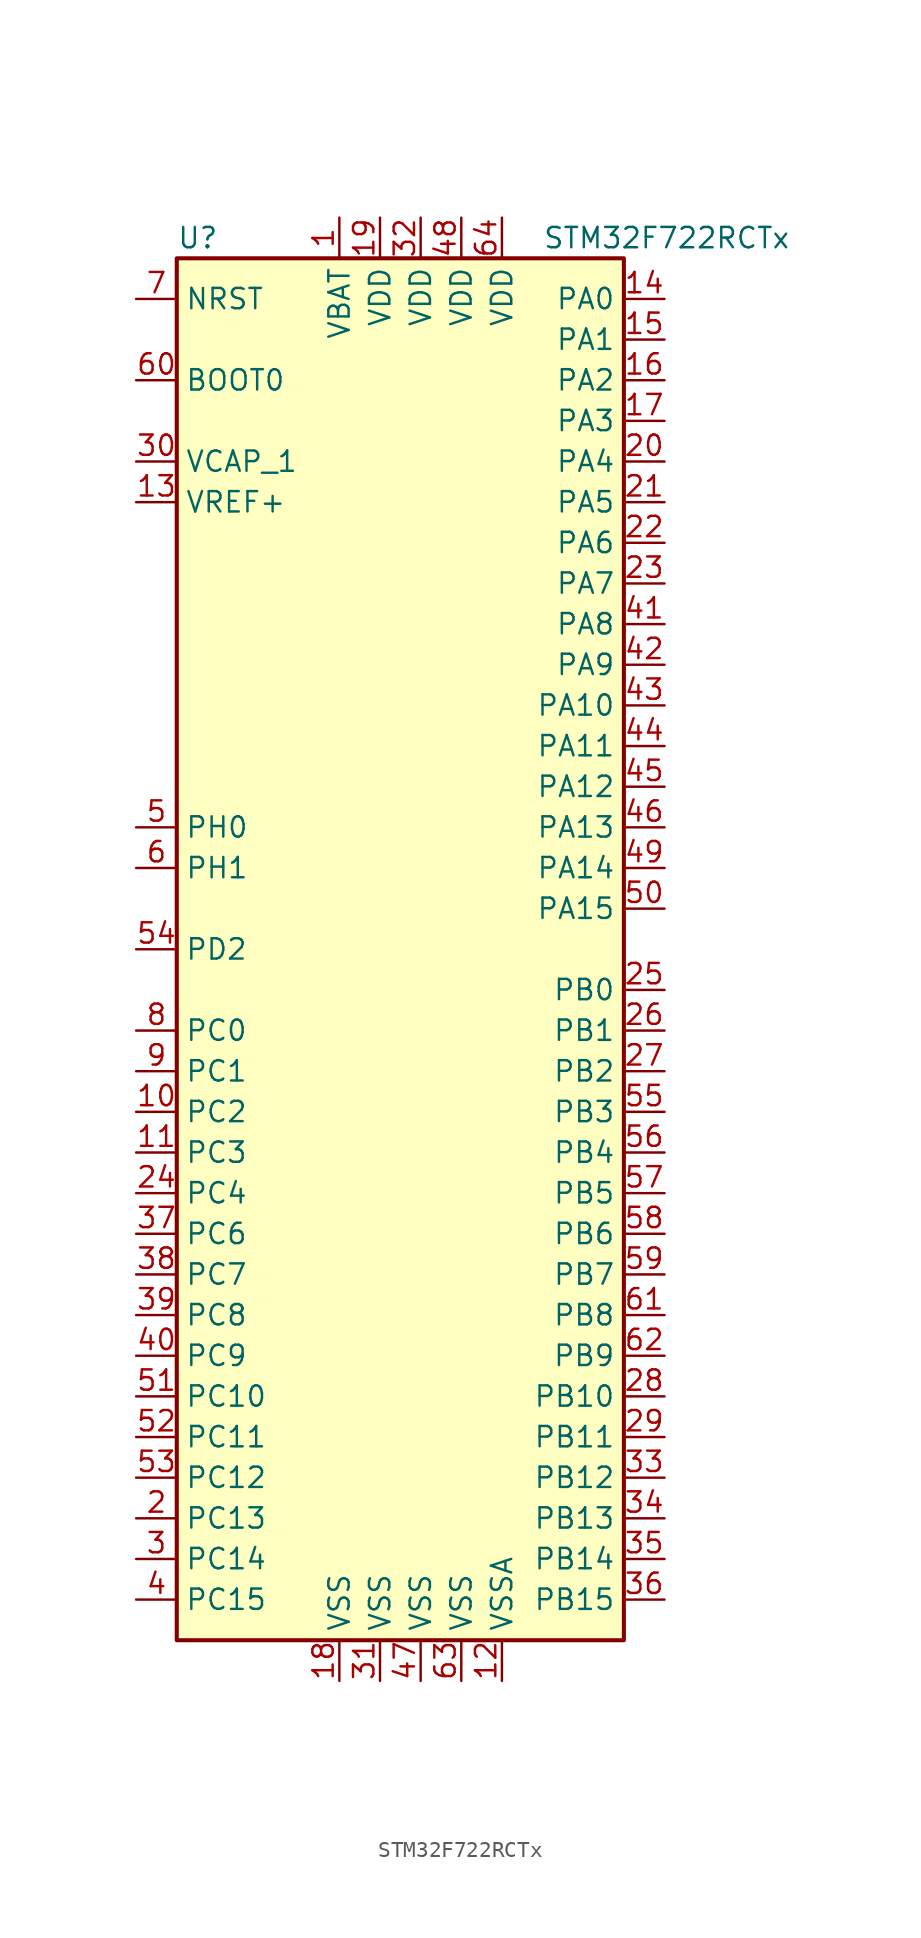
<source format=kicad_sym>
(kicad_symbol_lib
  (version 20201005)
  (generator kicad_symbol_editor)
  (symbol "STM32F722RCTx"
    (property "Reference" "U"
      (at -15.24 44.45 0)
      (effects (font (size 1.27 1.27)) (justify left)))
    (property "Value" "STM32F722RCTx"
      (at 7.62 44.45 0)
      (effects (font (size 1.27 1.27)) (justify left)))
    (symbol "STM32F722RCTx_0_1"
      (rectangle (start -15.24 -43.18) (end 12.7 43.18) (stroke (width 0.254)) (fill (type background))))
    (symbol "STM32F722RCTx_1_1"
      (pin power_in line (at -5.08 45.72 270) (length 2.54) (name "VBAT" (effects (font (size 1.27 1.27)))) (number "1" (effects (font (size 1.27 1.27)))))
      (pin bidirectional line (at -17.78 -10.16 0) (length 2.54) (name "PC2" (effects (font (size 1.27 1.27)))) (number "10" (effects (font (size 1.27 1.27)))))
      (pin bidirectional line (at -17.78 -12.7 0) (length 2.54) (name "PC3" (effects (font (size 1.27 1.27)))) (number "11" (effects (font (size 1.27 1.27)))))
      (pin power_in line (at 5.08 -45.72 90) (length 2.54) (name "VSSA" (effects (font (size 1.27 1.27)))) (number "12" (effects (font (size 1.27 1.27)))))
      (pin power_in line (at -17.78 27.94 0) (length 2.54) (name "VREF+" (effects (font (size 1.27 1.27)))) (number "13" (effects (font (size 1.27 1.27)))))
      (pin bidirectional line (at 15.24 40.64 180) (length 2.54) (name "PA0" (effects (font (size 1.27 1.27)))) (number "14" (effects (font (size 1.27 1.27)))))
      (pin bidirectional line (at 15.24 38.1 180) (length 2.54) (name "PA1" (effects (font (size 1.27 1.27)))) (number "15" (effects (font (size 1.27 1.27)))))
      (pin bidirectional line (at 15.24 35.56 180) (length 2.54) (name "PA2" (effects (font (size 1.27 1.27)))) (number "16" (effects (font (size 1.27 1.27)))))
      (pin bidirectional line (at 15.24 33.02 180) (length 2.54) (name "PA3" (effects (font (size 1.27 1.27)))) (number "17" (effects (font (size 1.27 1.27)))))
      (pin power_in line (at -5.08 -45.72 90) (length 2.54) (name "VSS" (effects (font (size 1.27 1.27)))) (number "18" (effects (font (size 1.27 1.27)))))
      (pin power_in line (at -2.54 45.72 270) (length 2.54) (name "VDD" (effects (font (size 1.27 1.27)))) (number "19" (effects (font (size 1.27 1.27)))))
      (pin bidirectional line (at -17.78 -35.56 0) (length 2.54) (name "PC13" (effects (font (size 1.27 1.27)))) (number "2" (effects (font (size 1.27 1.27)))))
      (pin bidirectional line (at 15.24 30.48 180) (length 2.54) (name "PA4" (effects (font (size 1.27 1.27)))) (number "20" (effects (font (size 1.27 1.27)))))
      (pin bidirectional line (at 15.24 27.94 180) (length 2.54) (name "PA5" (effects (font (size 1.27 1.27)))) (number "21" (effects (font (size 1.27 1.27)))))
      (pin bidirectional line (at 15.24 25.4 180) (length 2.54) (name "PA6" (effects (font (size 1.27 1.27)))) (number "22" (effects (font (size 1.27 1.27)))))
      (pin bidirectional line (at 15.24 22.86 180) (length 2.54) (name "PA7" (effects (font (size 1.27 1.27)))) (number "23" (effects (font (size 1.27 1.27)))))
      (pin bidirectional line (at -17.78 -15.24 0) (length 2.54) (name "PC4" (effects (font (size 1.27 1.27)))) (number "24" (effects (font (size 1.27 1.27)))))
      (pin bidirectional line (at 15.24 -2.54 180) (length 2.54) (name "PB0" (effects (font (size 1.27 1.27)))) (number "25" (effects (font (size 1.27 1.27)))))
      (pin bidirectional line (at 15.24 -5.08 180) (length 2.54) (name "PB1" (effects (font (size 1.27 1.27)))) (number "26" (effects (font (size 1.27 1.27)))))
      (pin bidirectional line (at 15.24 -7.62 180) (length 2.54) (name "PB2" (effects (font (size 1.27 1.27)))) (number "27" (effects (font (size 1.27 1.27)))))
      (pin bidirectional line (at 15.24 -27.94 180) (length 2.54) (name "PB10" (effects (font (size 1.27 1.27)))) (number "28" (effects (font (size 1.27 1.27)))))
      (pin bidirectional line (at 15.24 -30.48 180) (length 2.54) (name "PB11" (effects (font (size 1.27 1.27)))) (number "29" (effects (font (size 1.27 1.27)))))
      (pin bidirectional line (at -17.78 -38.1 0) (length 2.54) (name "PC14" (effects (font (size 1.27 1.27)))) (number "3" (effects (font (size 1.27 1.27)))))
      (pin power_in line (at -17.78 30.48 0) (length 2.54) (name "VCAP_1" (effects (font (size 1.27 1.27)))) (number "30" (effects (font (size 1.27 1.27)))))
      (pin power_in line (at -2.54 -45.72 90) (length 2.54) (name "VSS" (effects (font (size 1.27 1.27)))) (number "31" (effects (font (size 1.27 1.27)))))
      (pin power_in line (at 0 45.72 270) (length 2.54) (name "VDD" (effects (font (size 1.27 1.27)))) (number "32" (effects (font (size 1.27 1.27)))))
      (pin bidirectional line (at 15.24 -33.02 180) (length 2.54) (name "PB12" (effects (font (size 1.27 1.27)))) (number "33" (effects (font (size 1.27 1.27)))))
      (pin bidirectional line (at 15.24 -35.56 180) (length 2.54) (name "PB13" (effects (font (size 1.27 1.27)))) (number "34" (effects (font (size 1.27 1.27)))))
      (pin bidirectional line (at 15.24 -38.1 180) (length 2.54) (name "PB14" (effects (font (size 1.27 1.27)))) (number "35" (effects (font (size 1.27 1.27)))))
      (pin bidirectional line (at 15.24 -40.64 180) (length 2.54) (name "PB15" (effects (font (size 1.27 1.27)))) (number "36" (effects (font (size 1.27 1.27)))))
      (pin bidirectional line (at -17.78 -17.78 0) (length 2.54) (name "PC6" (effects (font (size 1.27 1.27)))) (number "37" (effects (font (size 1.27 1.27)))))
      (pin bidirectional line (at -17.78 -20.32 0) (length 2.54) (name "PC7" (effects (font (size 1.27 1.27)))) (number "38" (effects (font (size 1.27 1.27)))))
      (pin bidirectional line (at -17.78 -22.86 0) (length 2.54) (name "PC8" (effects (font (size 1.27 1.27)))) (number "39" (effects (font (size 1.27 1.27)))))
      (pin bidirectional line (at -17.78 -40.64 0) (length 2.54) (name "PC15" (effects (font (size 1.27 1.27)))) (number "4" (effects (font (size 1.27 1.27)))))
      (pin bidirectional line (at -17.78 -25.4 0) (length 2.54) (name "PC9" (effects (font (size 1.27 1.27)))) (number "40" (effects (font (size 1.27 1.27)))))
      (pin bidirectional line (at 15.24 20.32 180) (length 2.54) (name "PA8" (effects (font (size 1.27 1.27)))) (number "41" (effects (font (size 1.27 1.27)))))
      (pin bidirectional line (at 15.24 17.78 180) (length 2.54) (name "PA9" (effects (font (size 1.27 1.27)))) (number "42" (effects (font (size 1.27 1.27)))))
      (pin bidirectional line (at 15.24 15.24 180) (length 2.54) (name "PA10" (effects (font (size 1.27 1.27)))) (number "43" (effects (font (size 1.27 1.27)))))
      (pin bidirectional line (at 15.24 12.7 180) (length 2.54) (name "PA11" (effects (font (size 1.27 1.27)))) (number "44" (effects (font (size 1.27 1.27)))))
      (pin bidirectional line (at 15.24 10.16 180) (length 2.54) (name "PA12" (effects (font (size 1.27 1.27)))) (number "45" (effects (font (size 1.27 1.27)))))
      (pin bidirectional line (at 15.24 7.62 180) (length 2.54) (name "PA13" (effects (font (size 1.27 1.27)))) (number "46" (effects (font (size 1.27 1.27)))))
      (pin power_in line (at 0 -45.72 90) (length 2.54) (name "VSS" (effects (font (size 1.27 1.27)))) (number "47" (effects (font (size 1.27 1.27)))))
      (pin power_in line (at 2.54 45.72 270) (length 2.54) (name "VDD" (effects (font (size 1.27 1.27)))) (number "48" (effects (font (size 1.27 1.27)))))
      (pin bidirectional line (at 15.24 5.08 180) (length 2.54) (name "PA14" (effects (font (size 1.27 1.27)))) (number "49" (effects (font (size 1.27 1.27)))))
      (pin input line (at -17.78 7.62 0) (length 2.54) (name "PH0" (effects (font (size 1.27 1.27)))) (number "5" (effects (font (size 1.27 1.27)))))
      (pin bidirectional line (at 15.24 2.54 180) (length 2.54) (name "PA15" (effects (font (size 1.27 1.27)))) (number "50" (effects (font (size 1.27 1.27)))))
      (pin bidirectional line (at -17.78 -27.94 0) (length 2.54) (name "PC10" (effects (font (size 1.27 1.27)))) (number "51" (effects (font (size 1.27 1.27)))))
      (pin bidirectional line (at -17.78 -30.48 0) (length 2.54) (name "PC11" (effects (font (size 1.27 1.27)))) (number "52" (effects (font (size 1.27 1.27)))))
      (pin bidirectional line (at -17.78 -33.02 0) (length 2.54) (name "PC12" (effects (font (size 1.27 1.27)))) (number "53" (effects (font (size 1.27 1.27)))))
      (pin bidirectional line (at -17.78 0 0) (length 2.54) (name "PD2" (effects (font (size 1.27 1.27)))) (number "54" (effects (font (size 1.27 1.27)))))
      (pin bidirectional line (at 15.24 -10.16 180) (length 2.54) (name "PB3" (effects (font (size 1.27 1.27)))) (number "55" (effects (font (size 1.27 1.27)))))
      (pin bidirectional line (at 15.24 -12.7 180) (length 2.54) (name "PB4" (effects (font (size 1.27 1.27)))) (number "56" (effects (font (size 1.27 1.27)))))
      (pin bidirectional line (at 15.24 -15.24 180) (length 2.54) (name "PB5" (effects (font (size 1.27 1.27)))) (number "57" (effects (font (size 1.27 1.27)))))
      (pin bidirectional line (at 15.24 -17.78 180) (length 2.54) (name "PB6" (effects (font (size 1.27 1.27)))) (number "58" (effects (font (size 1.27 1.27)))))
      (pin bidirectional line (at 15.24 -20.32 180) (length 2.54) (name "PB7" (effects (font (size 1.27 1.27)))) (number "59" (effects (font (size 1.27 1.27)))))
      (pin input line (at -17.78 5.08 0) (length 2.54) (name "PH1" (effects (font (size 1.27 1.27)))) (number "6" (effects (font (size 1.27 1.27)))))
      (pin input line (at -17.78 35.56 0) (length 2.54) (name "BOOT0" (effects (font (size 1.27 1.27)))) (number "60" (effects (font (size 1.27 1.27)))))
      (pin bidirectional line (at 15.24 -22.86 180) (length 2.54) (name "PB8" (effects (font (size 1.27 1.27)))) (number "61" (effects (font (size 1.27 1.27)))))
      (pin bidirectional line (at 15.24 -25.4 180) (length 2.54) (name "PB9" (effects (font (size 1.27 1.27)))) (number "62" (effects (font (size 1.27 1.27)))))
      (pin power_in line (at 2.54 -45.72 90) (length 2.54) (name "VSS" (effects (font (size 1.27 1.27)))) (number "63" (effects (font (size 1.27 1.27)))))
      (pin power_in line (at 5.08 45.72 270) (length 2.54) (name "VDD" (effects (font (size 1.27 1.27)))) (number "64" (effects (font (size 1.27 1.27)))))
      (pin input line (at -17.78 40.64 0) (length 2.54) (name "NRST" (effects (font (size 1.27 1.27)))) (number "7" (effects (font (size 1.27 1.27)))))
      (pin bidirectional line (at -17.78 -5.08 0) (length 2.54) (name "PC0" (effects (font (size 1.27 1.27)))) (number "8" (effects (font (size 1.27 1.27)))))
      (pin bidirectional line (at -17.78 -7.62 0) (length 2.54) (name "PC1" (effects (font (size 1.27 1.27)))) (number "9" (effects (font (size 1.27 1.27))))))))
</source>
